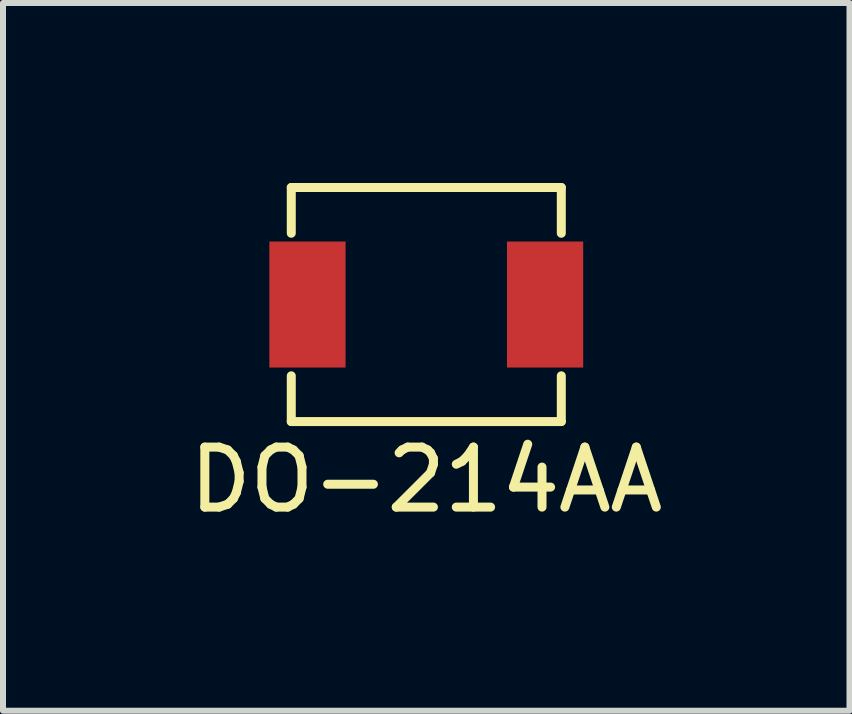
<source format=kicad_pcb>
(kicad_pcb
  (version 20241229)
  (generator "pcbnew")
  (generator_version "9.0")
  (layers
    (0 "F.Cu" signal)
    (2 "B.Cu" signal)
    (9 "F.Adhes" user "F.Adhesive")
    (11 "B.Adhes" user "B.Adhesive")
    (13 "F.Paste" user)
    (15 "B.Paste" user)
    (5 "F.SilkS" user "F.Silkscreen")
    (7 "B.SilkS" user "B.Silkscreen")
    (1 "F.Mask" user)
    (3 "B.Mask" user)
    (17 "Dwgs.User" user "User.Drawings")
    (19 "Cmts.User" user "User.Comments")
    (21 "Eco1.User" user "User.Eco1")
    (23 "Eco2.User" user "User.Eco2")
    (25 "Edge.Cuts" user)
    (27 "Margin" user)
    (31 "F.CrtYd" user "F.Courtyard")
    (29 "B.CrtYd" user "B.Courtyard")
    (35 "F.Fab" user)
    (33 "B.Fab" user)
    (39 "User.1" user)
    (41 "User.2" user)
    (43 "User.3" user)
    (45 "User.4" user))
  (footprint "DO-214AA"
    (layer "F.Cu")
    (at 4.054 2.025)
    (property "Reference" "DO-214AA" (at 0 2.921 0) (layer "F.SilkS") (effects (font (size 1 1) (thickness 0.15))))
    (attr through_hole)
    (fp_line (start -2.25 -1.95) (end 2.25 -1.95) (stroke (width 0.15) (type solid)) (layer "F.SilkS"))
    (fp_line (start -2.25 -1.188) (end -2.25 -1.95) (stroke (width 0.15) (type solid)) (layer "F.SilkS"))
    (fp_line (start -2.25 1.95) (end -2.25 1.188) (stroke (width 0.15) (type solid)) (layer "F.SilkS"))
    (fp_line (start 2.25 -1.95) (end 2.25 -1.188) (stroke (width 0.15) (type solid)) (layer "F.SilkS"))
    (fp_line (start 2.25 1.188) (end 2.25 1.95) (stroke (width 0.15) (type solid)) (layer "F.SilkS"))
    (fp_line (start 2.25 1.95) (end -2.25 1.95) (stroke (width 0.15) (type solid)) (layer "F.SilkS"))
    (pad "1" smd rect (at -1.98 0) (size 1.27 2.1) (layers "F.Cu" "F.Mask" "F.Paste"))
    (pad "2" smd rect (at 1.98 0) (size 1.27 2.1) (layers "F.Cu" "F.Mask" "F.Paste")))
  (gr_rect
    (start -3 -3)
    (end 11.107 8.794)
    (stroke (width 0.1) (type default))
    (fill no)
    (layer "Edge.Cuts")))
</source>
